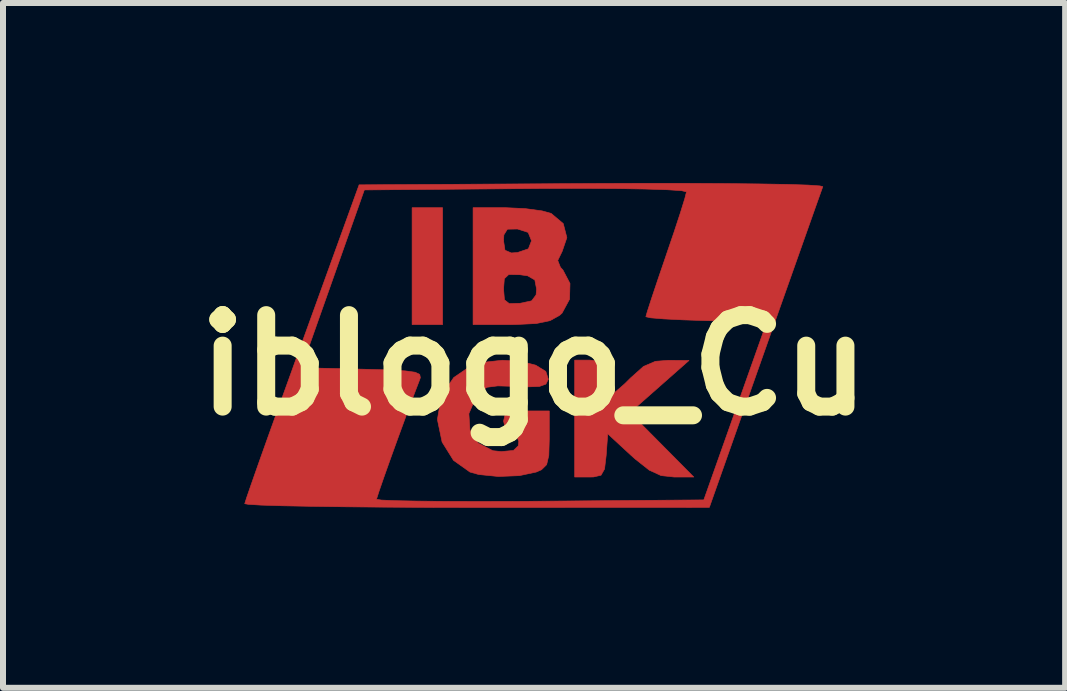
<source format=kicad_pcb>
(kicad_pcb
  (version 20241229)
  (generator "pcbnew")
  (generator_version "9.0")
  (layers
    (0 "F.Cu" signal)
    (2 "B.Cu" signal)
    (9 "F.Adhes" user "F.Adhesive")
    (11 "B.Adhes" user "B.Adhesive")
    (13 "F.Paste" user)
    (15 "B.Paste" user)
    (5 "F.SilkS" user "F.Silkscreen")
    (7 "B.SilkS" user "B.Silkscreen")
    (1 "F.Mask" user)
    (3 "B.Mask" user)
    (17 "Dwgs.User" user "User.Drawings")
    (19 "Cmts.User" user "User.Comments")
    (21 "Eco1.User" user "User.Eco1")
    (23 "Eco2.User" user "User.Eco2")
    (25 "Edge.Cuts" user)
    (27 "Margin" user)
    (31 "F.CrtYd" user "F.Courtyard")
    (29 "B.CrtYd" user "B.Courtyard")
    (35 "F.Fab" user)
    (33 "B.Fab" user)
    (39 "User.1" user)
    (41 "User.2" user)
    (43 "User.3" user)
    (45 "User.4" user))
  (footprint "iblogo_Cu"
    (layer "F.Cu")
    (at 5.849 3.036)
    (property "Reference" "iblogo_Cu" (at 0 0 0) (layer "F.SilkS") (effects (font (size 1.524 1.524) (thickness 0.3))))
    (attr through_hole)
    (fp_poly (pts (xy -1.524 -0.677) (xy -2.032 -0.677) (xy -2.032 -2.625) (xy -1.524 -2.625) (xy -1.524 -0.677)) (stroke (width 0.01) (type solid)) (fill yes) (layer "F.Cu"))
    (fp_poly (pts (xy 1.102 -0.068) (xy 1.172 0.016) (xy 1.185 0.212) (xy 1.202 0.408) (xy 1.244 0.505) (xy 1.253 0.508) (xy 1.347 0.452) (xy 1.51 0.31) (xy 1.609 0.212) (xy 1.824 0.02) (xy 2.022 -0.065) (xy 2.239 -0.082) (xy 2.582 -0.079) (xy 1.598 0.789) (xy 2.13 1.326) (xy 2.662 1.863) (xy 2.335 1.863) (xy 2.117 1.839) (xy 1.919 1.748) (xy 1.684 1.562) (xy 1.618 1.503) (xy 1.228 1.143) (xy 1.202 1.503) (xy 1.175 1.729) (xy 1.116 1.833) (xy 0.989 1.862) (xy 0.926 1.863) (xy 0.677 1.863) (xy 0.677 -0.085) (xy 0.931 -0.085) (xy 1.102 -0.068)) (stroke (width 0.01) (type solid)) (fill yes) (layer "F.Cu"))
    (fp_poly (pts (xy -0.226 -0.065) (xy 0.028 -0.001) (xy 0.196 0.103) (xy 0.238 0.233) (xy 0.197 0.315) (xy 0.089 0.354) (xy -0.126 0.361) (xy -0.309 0.353) (xy -0.604 0.344) (xy -0.783 0.367) (xy -0.894 0.434) (xy -0.964 0.52) (xy -1.086 0.807) (xy -1.068 1.08) (xy -0.93 1.298) (xy -0.688 1.424) (xy -0.546 1.439) (xy -0.343 1.42) (xy -0.263 1.343) (xy -0.254 1.27) (xy -0.307 1.132) (xy -0.381 1.101) (xy -0.484 1.03) (xy -0.508 0.931) (xy -0.483 0.826) (xy -0.38 0.775) (xy -0.154 0.762) (xy -0.127 0.762) (xy 0.254 0.762) (xy 0.254 1.23) (xy 0.246 1.503) (xy 0.21 1.657) (xy 0.125 1.741) (xy 0.037 1.78) (xy -0.245 1.84) (xy -0.594 1.854) (xy -0.922 1.821) (xy -1.068 1.78) (xy -1.342 1.585) (xy -1.532 1.28) (xy -1.608 0.917) (xy -1.609 0.896) (xy -1.542 0.503) (xy -1.338 0.205) (xy -1.1 0.042) (xy -0.832 -0.05) (xy -0.527 -0.083) (xy -0.226 -0.065)) (stroke (width 0.01) (type solid)) (fill yes) (layer "F.Cu"))
    (fp_poly (pts (xy -0.148 -2.61) (xy 0.134 -2.572) (xy 0.285 -2.53) (xy 0.487 -2.36) (xy 0.547 -2.126) (xy 0.469 -1.898) (xy 0.395 -1.746) (xy 0.44 -1.632) (xy 0.482 -1.586) (xy 0.599 -1.363) (xy 0.592 -1.1) (xy 0.467 -0.869) (xy 0.425 -0.831) (xy 0.267 -0.743) (xy 0.037 -0.695) (xy -0.308 -0.678) (xy -0.39 -0.677) (xy -1.016 -0.677) (xy -1.016 -1.27) (xy -0.508 -1.27) (xy -0.493 -1.09) (xy -0.413 -1.027) (xy -0.233 -1.032) (xy -0.04 -1.073) (xy 0.034 -1.172) (xy 0.042 -1.27) (xy 0.013 -1.421) (xy -0.106 -1.49) (xy -0.233 -1.508) (xy -0.421 -1.512) (xy -0.495 -1.442) (xy -0.508 -1.27) (xy -1.016 -1.27) (xy -1.016 -2.074) (xy -0.508 -2.074) (xy -0.484 -1.916) (xy -0.378 -1.871) (xy -0.275 -1.878) (xy -0.094 -1.94) (xy -0.042 -2.074) (xy -0.098 -2.213) (xy -0.275 -2.27) (xy -0.444 -2.267) (xy -0.503 -2.172) (xy -0.508 -2.074) (xy -1.016 -2.074) (xy -1.016 -2.625) (xy -0.47 -2.625) (xy -0.148 -2.61)) (stroke (width 0.01) (type solid)) (fill yes) (layer "F.Cu"))
    (fp_poly (pts (xy 2.514 -3.031) (xy 3.182 -3.027) (xy 3.757 -3.021) (xy 4.223 -3.013) (xy 4.564 -3.002) (xy 4.764 -2.988) (xy 4.812 -2.976) (xy 4.778 -2.882) (xy 4.694 -2.646) (xy 4.568 -2.29) (xy 4.406 -1.832) (xy 4.215 -1.292) (xy 4.001 -0.688) (xy 3.852 -0.267) (xy 2.921 2.369) (xy -0.953 2.37) (xy -1.744 2.369) (xy -2.481 2.365) (xy -3.146 2.359) (xy -3.724 2.351) (xy -4.197 2.342) (xy -4.548 2.331) (xy -4.761 2.318) (xy -4.821 2.307) (xy -4.792 2.215) (xy -4.712 1.983) (xy -4.588 1.63) (xy -4.426 1.175) (xy -4.233 0.638) (xy -4.018 0.042) (xy -3.875 0.042) (xy -2.861 0.066) (xy -2.433 0.078) (xy -2.148 0.094) (xy -1.98 0.117) (xy -1.905 0.153) (xy -1.894 0.207) (xy -1.904 0.236) (xy -2.005 0.5) (xy -2.128 0.832) (xy -2.261 1.194) (xy -2.39 1.551) (xy -2.502 1.866) (xy -2.584 2.103) (xy -2.623 2.226) (xy -2.625 2.234) (xy -2.543 2.247) (xy -2.313 2.257) (xy -1.953 2.264) (xy -1.483 2.269) (xy -0.924 2.27) (xy -0.296 2.269) (xy 0.102 2.266) (xy 2.829 2.244) (xy 3.354 0.762) (xy 3.879 -0.72) (xy 2.871 -0.743) (xy 2.48 -0.756) (xy 2.16 -0.772) (xy 1.943 -0.79) (xy 1.863 -0.808) (xy 1.863 -0.808) (xy 1.889 -0.899) (xy 1.96 -1.118) (xy 2.065 -1.432) (xy 2.194 -1.809) (xy 2.201 -1.831) (xy 2.332 -2.215) (xy 2.439 -2.541) (xy 2.512 -2.777) (xy 2.54 -2.888) (xy 2.54 -2.889) (xy 2.458 -2.909) (xy 2.223 -2.924) (xy 1.853 -2.936) (xy 1.362 -2.944) (xy 0.769 -2.947) (xy 0.089 -2.945) (xy -0.144 -2.943) (xy -2.828 -2.921) (xy -3.875 0.042) (xy -4.018 0.042) (xy -4.017 0.038) (xy -3.865 -0.381) (xy -2.915 -3.006) (xy 0.963 -3.028) (xy 1.769 -3.031) (xy 2.514 -3.031)) (stroke (width 0.01) (type solid)) (fill yes) (layer "F.Cu")))
  (gr_rect
    (start -3 -3)
    (end 14.699 8.411)
    (stroke (width 0.1) (type default))
    (fill no)
    (layer "Edge.Cuts")))
</source>
